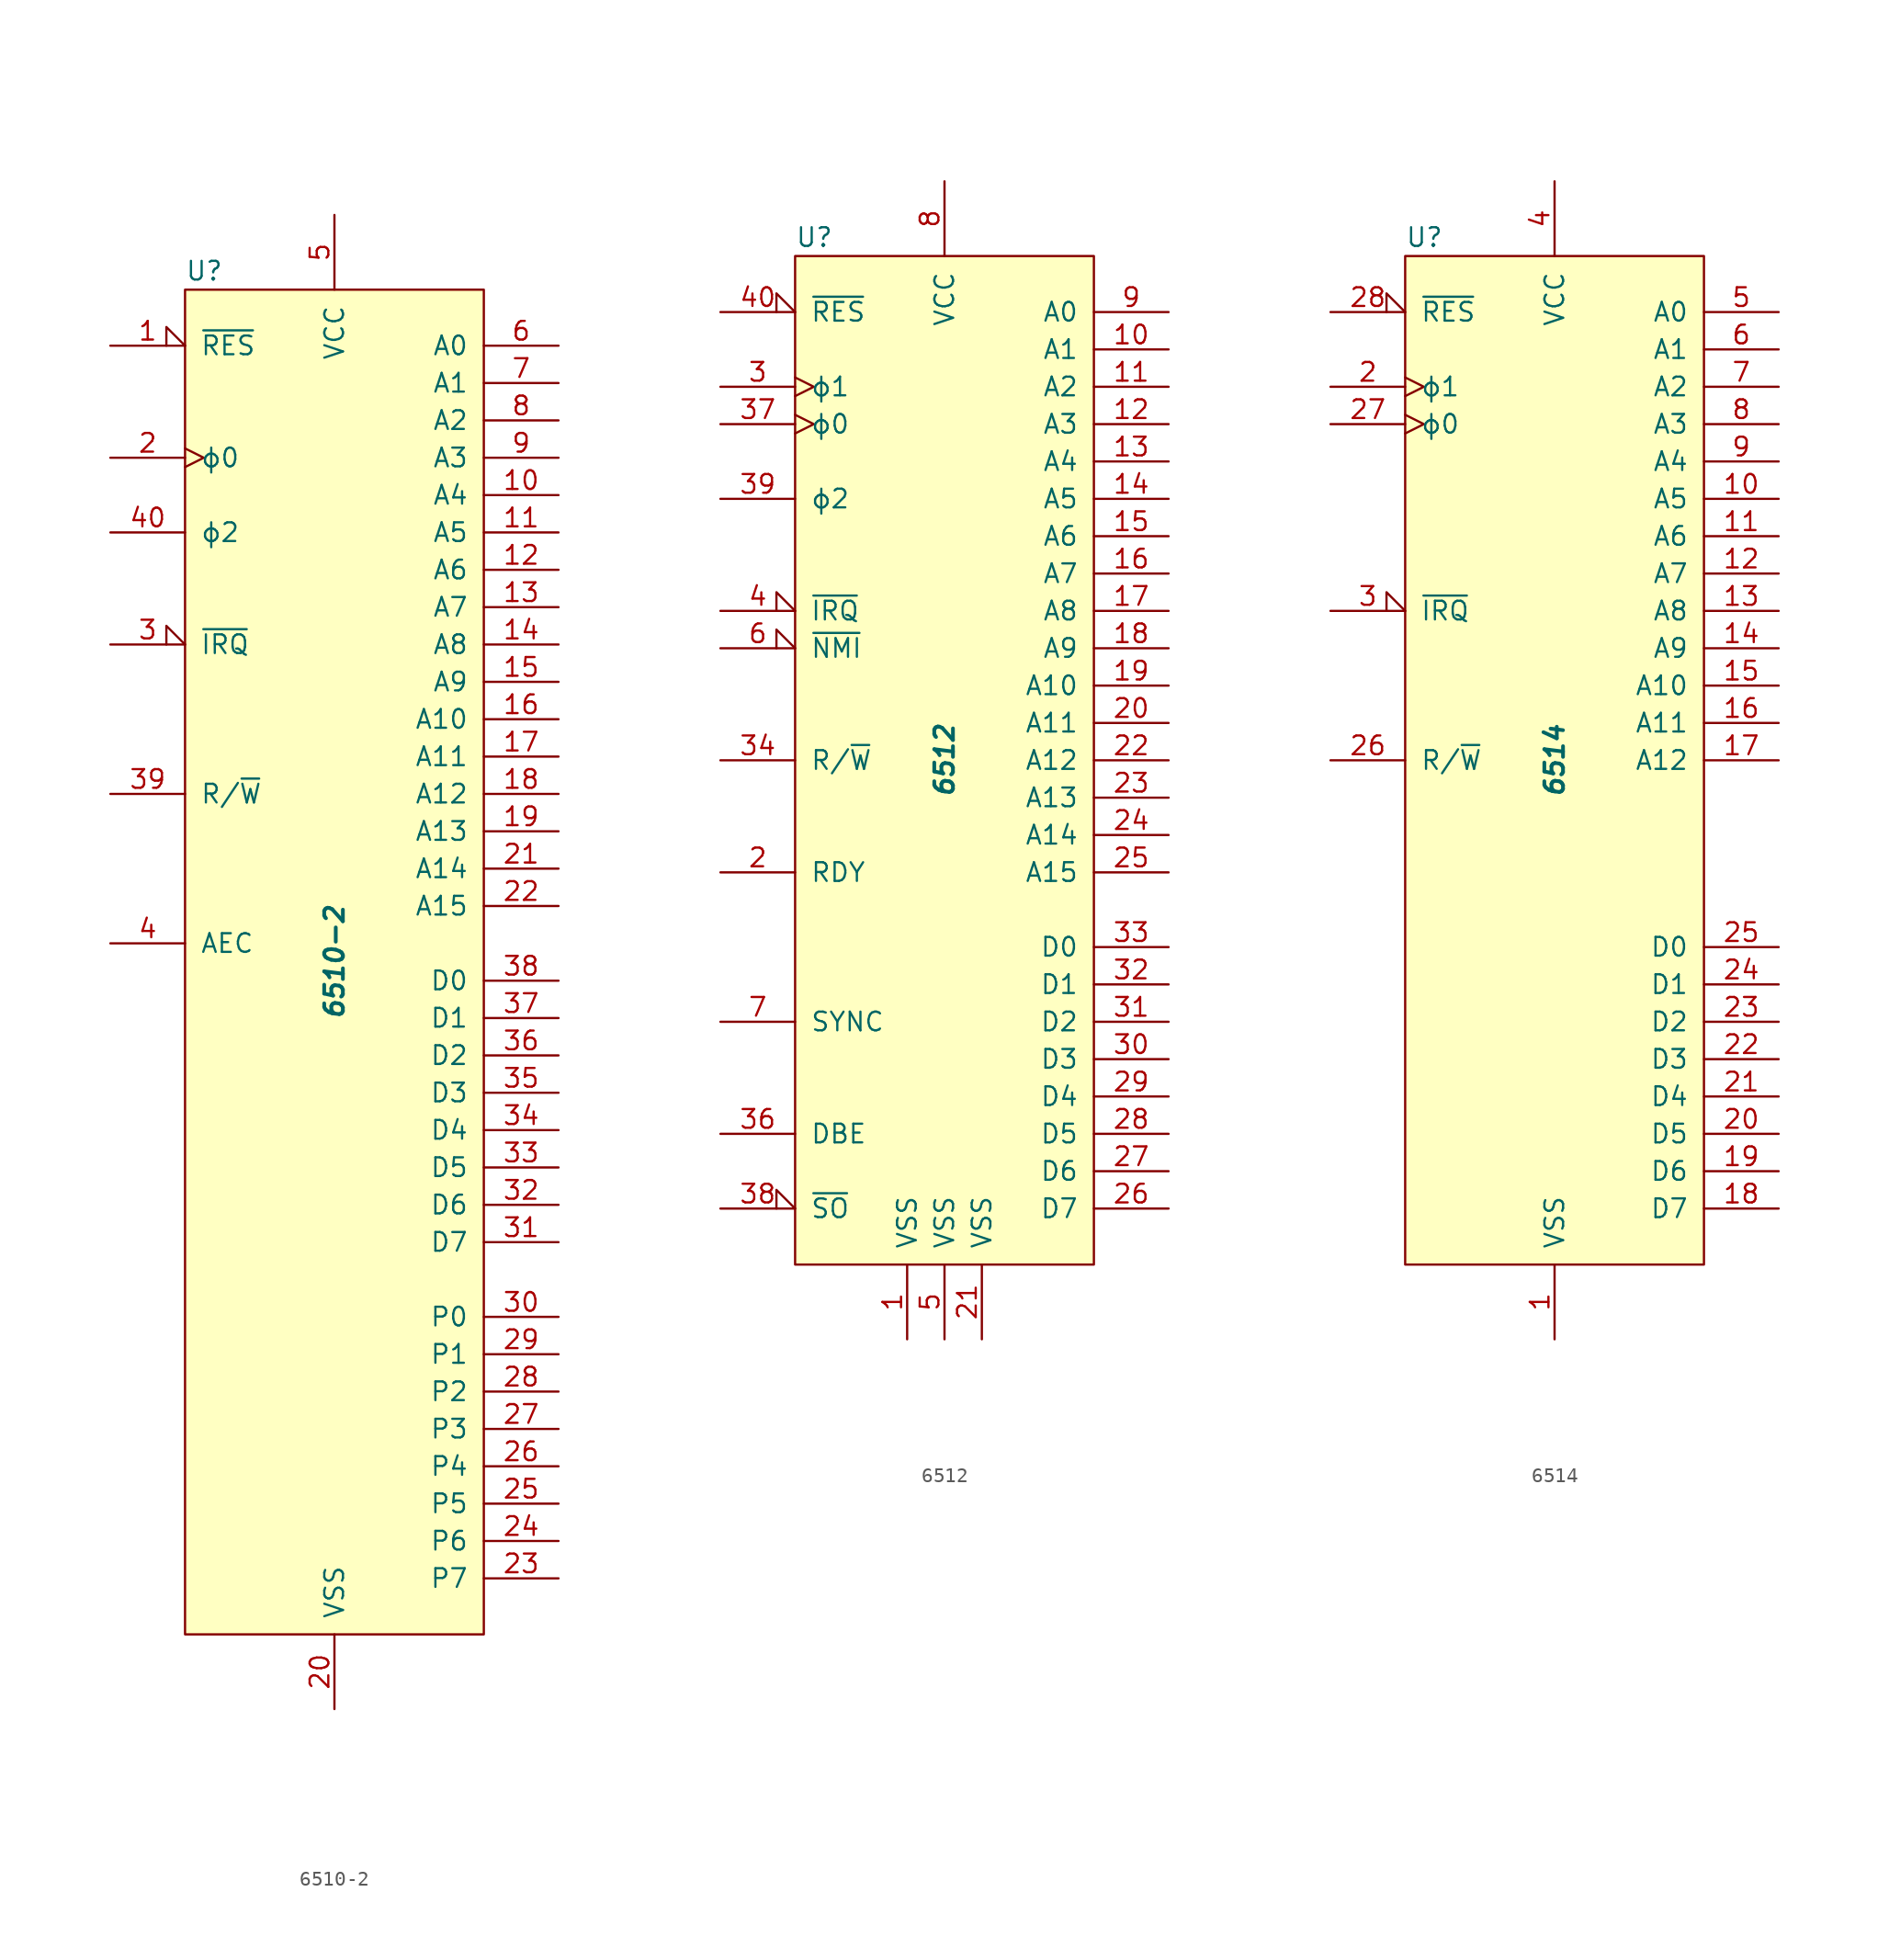
<source format=kicad_sym>
(kicad_symbol_lib
  (version 20241209)
  (generator "kicad_symbol_editor")
  (generator_version "9.0")
  (symbol "6510-2"
    (pin_names
      (offset 1.016))
    (property "Reference" "U"
      (at -10.16 46.99 0)
      (effects (font (size 1.27 1.27)) (justify left)))
    (property "Value" "6510-2"
      (at 0 0 90)
      (effects (font (size 1.27 1.27) (bold yes) (italic yes))))
    (symbol "6510-2_0_1"
      (rectangle (start -10.16 45.72) (end 10.16 -45.72) (stroke (width 0) (type solid)) (fill (type background))))
    (symbol "6510-2_1_1"
      (pin input input_low (at -15.24 41.91 0) (length 5.08) (name "~{RES}" (effects (font (size 1.27 1.27)))) (number "1" (effects (font (size 1.27 1.27)))))
      (pin input clock (at -15.24 34.29 0) (length 5.08) (name "ϕ0" (effects (font (size 1.27 1.27)))) (number "2" (effects (font (size 1.27 1.27)))))
      (pin output line (at -15.24 29.21 0) (length 5.08) (name "ϕ2" (effects (font (size 1.27 1.27)))) (number "40" (effects (font (size 1.27 1.27)))))
      (pin input input_low (at -15.24 21.59 0) (length 5.08) (name "~{IRQ}" (effects (font (size 1.27 1.27)))) (number "3" (effects (font (size 1.27 1.27)))))
      (pin tri_state line (at -15.24 11.43 0) (length 5.08) (name "R/~{W}" (effects (font (size 1.27 1.27)))) (number "39" (effects (font (size 1.27 1.27)))))
      (pin input line (at -15.24 1.27 0) (length 5.08) (name "AEC" (effects (font (size 1.27 1.27)))) (number "4" (effects (font (size 1.27 1.27)))))
      (pin power_in line (at 0 50.8 270) (length 5.08) (name "VCC" (effects (font (size 1.27 1.27)))) (number "5" (effects (font (size 1.27 1.27)))))
      (pin power_in line (at 0 -50.8 90) (length 5.08) (name "VSS" (effects (font (size 1.27 1.27)))) (number "20" (effects (font (size 1.27 1.27)))))
      (pin tri_state line (at 15.24 41.91 180) (length 5.08) (name "A0" (effects (font (size 1.27 1.27)))) (number "6" (effects (font (size 1.27 1.27)))))
      (pin tri_state line (at 15.24 39.37 180) (length 5.08) (name "A1" (effects (font (size 1.27 1.27)))) (number "7" (effects (font (size 1.27 1.27)))))
      (pin tri_state line (at 15.24 36.83 180) (length 5.08) (name "A2" (effects (font (size 1.27 1.27)))) (number "8" (effects (font (size 1.27 1.27)))))
      (pin tri_state line (at 15.24 34.29 180) (length 5.08) (name "A3" (effects (font (size 1.27 1.27)))) (number "9" (effects (font (size 1.27 1.27)))))
      (pin tri_state line (at 15.24 31.75 180) (length 5.08) (name "A4" (effects (font (size 1.27 1.27)))) (number "10" (effects (font (size 1.27 1.27)))))
      (pin tri_state line (at 15.24 29.21 180) (length 5.08) (name "A5" (effects (font (size 1.27 1.27)))) (number "11" (effects (font (size 1.27 1.27)))))
      (pin tri_state line (at 15.24 26.67 180) (length 5.08) (name "A6" (effects (font (size 1.27 1.27)))) (number "12" (effects (font (size 1.27 1.27)))))
      (pin tri_state line (at 15.24 24.13 180) (length 5.08) (name "A7" (effects (font (size 1.27 1.27)))) (number "13" (effects (font (size 1.27 1.27)))))
      (pin tri_state line (at 15.24 21.59 180) (length 5.08) (name "A8" (effects (font (size 1.27 1.27)))) (number "14" (effects (font (size 1.27 1.27)))))
      (pin tri_state line (at 15.24 19.05 180) (length 5.08) (name "A9" (effects (font (size 1.27 1.27)))) (number "15" (effects (font (size 1.27 1.27)))))
      (pin tri_state line (at 15.24 16.51 180) (length 5.08) (name "A10" (effects (font (size 1.27 1.27)))) (number "16" (effects (font (size 1.27 1.27)))))
      (pin tri_state line (at 15.24 13.97 180) (length 5.08) (name "A11" (effects (font (size 1.27 1.27)))) (number "17" (effects (font (size 1.27 1.27)))))
      (pin tri_state line (at 15.24 11.43 180) (length 5.08) (name "A12" (effects (font (size 1.27 1.27)))) (number "18" (effects (font (size 1.27 1.27)))))
      (pin tri_state line (at 15.24 8.89 180) (length 5.08) (name "A13" (effects (font (size 1.27 1.27)))) (number "19" (effects (font (size 1.27 1.27)))))
      (pin tri_state line (at 15.24 6.35 180) (length 5.08) (name "A14" (effects (font (size 1.27 1.27)))) (number "21" (effects (font (size 1.27 1.27)))))
      (pin tri_state line (at 15.24 3.81 180) (length 5.08) (name "A15" (effects (font (size 1.27 1.27)))) (number "22" (effects (font (size 1.27 1.27)))))
      (pin bidirectional line (at 15.24 -1.27 180) (length 5.08) (name "D0" (effects (font (size 1.27 1.27)))) (number "38" (effects (font (size 1.27 1.27)))))
      (pin bidirectional line (at 15.24 -3.81 180) (length 5.08) (name "D1" (effects (font (size 1.27 1.27)))) (number "37" (effects (font (size 1.27 1.27)))))
      (pin bidirectional line (at 15.24 -6.35 180) (length 5.08) (name "D2" (effects (font (size 1.27 1.27)))) (number "36" (effects (font (size 1.27 1.27)))))
      (pin bidirectional line (at 15.24 -8.89 180) (length 5.08) (name "D3" (effects (font (size 1.27 1.27)))) (number "35" (effects (font (size 1.27 1.27)))))
      (pin bidirectional line (at 15.24 -11.43 180) (length 5.08) (name "D4" (effects (font (size 1.27 1.27)))) (number "34" (effects (font (size 1.27 1.27)))))
      (pin bidirectional line (at 15.24 -13.97 180) (length 5.08) (name "D5" (effects (font (size 1.27 1.27)))) (number "33" (effects (font (size 1.27 1.27)))))
      (pin bidirectional line (at 15.24 -16.51 180) (length 5.08) (name "D6" (effects (font (size 1.27 1.27)))) (number "32" (effects (font (size 1.27 1.27)))))
      (pin bidirectional line (at 15.24 -19.05 180) (length 5.08) (name "D7" (effects (font (size 1.27 1.27)))) (number "31" (effects (font (size 1.27 1.27)))))
      (pin bidirectional line (at 15.24 -24.13 180) (length 5.08) (name "P0" (effects (font (size 1.27 1.27)))) (number "30" (effects (font (size 1.27 1.27)))))
      (pin bidirectional line (at 15.24 -26.67 180) (length 5.08) (name "P1" (effects (font (size 1.27 1.27)))) (number "29" (effects (font (size 1.27 1.27)))))
      (pin bidirectional line (at 15.24 -29.21 180) (length 5.08) (name "P2" (effects (font (size 1.27 1.27)))) (number "28" (effects (font (size 1.27 1.27)))))
      (pin bidirectional line (at 15.24 -31.75 180) (length 5.08) (name "P3" (effects (font (size 1.27 1.27)))) (number "27" (effects (font (size 1.27 1.27)))))
      (pin bidirectional line (at 15.24 -34.29 180) (length 5.08) (name "P4" (effects (font (size 1.27 1.27)))) (number "26" (effects (font (size 1.27 1.27)))))
      (pin bidirectional line (at 15.24 -36.83 180) (length 5.08) (name "P5" (effects (font (size 1.27 1.27)))) (number "25" (effects (font (size 1.27 1.27)))))
      (pin bidirectional line (at 15.24 -39.37 180) (length 5.08) (name "P6" (effects (font (size 1.27 1.27)))) (number "24" (effects (font (size 1.27 1.27)))))
      (pin bidirectional line (at 15.24 -41.91 180) (length 5.08) (name "P7" (effects (font (size 1.27 1.27)))) (number "23" (effects (font (size 1.27 1.27)))))))
  (symbol "6512"
    (pin_names
      (offset 1.016))
    (property "Reference" "U"
      (at -10.16 35.56 0)
      (effects (font (size 1.27 1.27)) (justify left)))
    (property "Value" "6512"
      (at 0 0 90)
      (effects (font (size 1.27 1.27) (bold yes) (italic yes))))
    (symbol "6512_0_1"
      (rectangle (start -10.16 34.29) (end 10.16 -34.29) (stroke (width 0) (type solid)) (fill (type background))))
    (symbol "6512_1_1"
      (pin input input_low (at -15.24 30.48 0) (length 5.08) (name "~{RES}" (effects (font (size 1.27 1.27)))) (number "40" (effects (font (size 1.27 1.27)))))
      (pin input clock (at -15.24 25.4 0) (length 5.08) (name "ϕ1" (effects (font (size 1.27 1.27)))) (number "3" (effects (font (size 1.27 1.27)))))
      (pin input clock (at -15.24 22.86 0) (length 5.08) (name "ϕ0" (effects (font (size 1.27 1.27)))) (number "37" (effects (font (size 1.27 1.27)))))
      (pin output line (at -15.24 17.78 0) (length 5.08) (name "ϕ2" (effects (font (size 1.27 1.27)))) (number "39" (effects (font (size 1.27 1.27)))))
      (pin input input_low (at -15.24 10.16 0) (length 5.08) (name "~{IRQ}" (effects (font (size 1.27 1.27)))) (number "4" (effects (font (size 1.27 1.27)))))
      (pin input input_low (at -15.24 7.62 0) (length 5.08) (name "~{NMI}" (effects (font (size 1.27 1.27)))) (number "6" (effects (font (size 1.27 1.27)))))
      (pin output line (at -15.24 0 0) (length 5.08) (name "R/~{W}" (effects (font (size 1.27 1.27)))) (number "34" (effects (font (size 1.27 1.27)))))
      (pin input line (at -15.24 -7.62 0) (length 5.08) (name "RDY" (effects (font (size 1.27 1.27)))) (number "2" (effects (font (size 1.27 1.27)))))
      (pin output line (at -15.24 -17.78 0) (length 5.08) (name "SYNC" (effects (font (size 1.27 1.27)))) (number "7" (effects (font (size 1.27 1.27)))))
      (pin input line (at -15.24 -25.4 0) (length 5.08) (name "DBE" (effects (font (size 1.27 1.27)))) (number "36" (effects (font (size 1.27 1.27)))))
      (pin input input_low (at -15.24 -30.48 0) (length 5.08) (name "~{SO}" (effects (font (size 1.27 1.27)))) (number "38" (effects (font (size 1.27 1.27)))))
      (pin no_connect non_logic (at -10.16 -27.94 0) (length 2.54) (hide yes) (name "nc" (effects (font (size 1.27 1.27)))) (number "35" (effects (font (size 1.27 1.27)))))
      (pin power_in line (at -2.54 -39.37 90) (length 5.08) (name "VSS" (effects (font (size 1.27 1.27)))) (number "1" (effects (font (size 1.27 1.27)))))
      (pin power_in line (at 0 39.37 270) (length 5.08) (name "VCC" (effects (font (size 1.27 1.27)))) (number "8" (effects (font (size 1.27 1.27)))))
      (pin power_in line (at 0 -39.37 90) (length 5.08) (name "VSS" (effects (font (size 1.27 1.27)))) (number "5" (effects (font (size 1.27 1.27)))))
      (pin power_in line (at 2.54 -39.37 90) (length 5.08) (name "VSS" (effects (font (size 1.27 1.27)))) (number "21" (effects (font (size 1.27 1.27)))))
      (pin output line (at 15.24 30.48 180) (length 5.08) (name "A0" (effects (font (size 1.27 1.27)))) (number "9" (effects (font (size 1.27 1.27)))))
      (pin output line (at 15.24 27.94 180) (length 5.08) (name "A1" (effects (font (size 1.27 1.27)))) (number "10" (effects (font (size 1.27 1.27)))))
      (pin output line (at 15.24 25.4 180) (length 5.08) (name "A2" (effects (font (size 1.27 1.27)))) (number "11" (effects (font (size 1.27 1.27)))))
      (pin output line (at 15.24 22.86 180) (length 5.08) (name "A3" (effects (font (size 1.27 1.27)))) (number "12" (effects (font (size 1.27 1.27)))))
      (pin output line (at 15.24 20.32 180) (length 5.08) (name "A4" (effects (font (size 1.27 1.27)))) (number "13" (effects (font (size 1.27 1.27)))))
      (pin output line (at 15.24 17.78 180) (length 5.08) (name "A5" (effects (font (size 1.27 1.27)))) (number "14" (effects (font (size 1.27 1.27)))))
      (pin output line (at 15.24 15.24 180) (length 5.08) (name "A6" (effects (font (size 1.27 1.27)))) (number "15" (effects (font (size 1.27 1.27)))))
      (pin output line (at 15.24 12.7 180) (length 5.08) (name "A7" (effects (font (size 1.27 1.27)))) (number "16" (effects (font (size 1.27 1.27)))))
      (pin output line (at 15.24 10.16 180) (length 5.08) (name "A8" (effects (font (size 1.27 1.27)))) (number "17" (effects (font (size 1.27 1.27)))))
      (pin output line (at 15.24 7.62 180) (length 5.08) (name "A9" (effects (font (size 1.27 1.27)))) (number "18" (effects (font (size 1.27 1.27)))))
      (pin output line (at 15.24 5.08 180) (length 5.08) (name "A10" (effects (font (size 1.27 1.27)))) (number "19" (effects (font (size 1.27 1.27)))))
      (pin output line (at 15.24 2.54 180) (length 5.08) (name "A11" (effects (font (size 1.27 1.27)))) (number "20" (effects (font (size 1.27 1.27)))))
      (pin output line (at 15.24 0 180) (length 5.08) (name "A12" (effects (font (size 1.27 1.27)))) (number "22" (effects (font (size 1.27 1.27)))))
      (pin output line (at 15.24 -2.54 180) (length 5.08) (name "A13" (effects (font (size 1.27 1.27)))) (number "23" (effects (font (size 1.27 1.27)))))
      (pin output line (at 15.24 -5.08 180) (length 5.08) (name "A14" (effects (font (size 1.27 1.27)))) (number "24" (effects (font (size 1.27 1.27)))))
      (pin output line (at 15.24 -7.62 180) (length 5.08) (name "A15" (effects (font (size 1.27 1.27)))) (number "25" (effects (font (size 1.27 1.27)))))
      (pin bidirectional line (at 15.24 -12.7 180) (length 5.08) (name "D0" (effects (font (size 1.27 1.27)))) (number "33" (effects (font (size 1.27 1.27)))))
      (pin bidirectional line (at 15.24 -15.24 180) (length 5.08) (name "D1" (effects (font (size 1.27 1.27)))) (number "32" (effects (font (size 1.27 1.27)))))
      (pin bidirectional line (at 15.24 -17.78 180) (length 5.08) (name "D2" (effects (font (size 1.27 1.27)))) (number "31" (effects (font (size 1.27 1.27)))))
      (pin bidirectional line (at 15.24 -20.32 180) (length 5.08) (name "D3" (effects (font (size 1.27 1.27)))) (number "30" (effects (font (size 1.27 1.27)))))
      (pin bidirectional line (at 15.24 -22.86 180) (length 5.08) (name "D4" (effects (font (size 1.27 1.27)))) (number "29" (effects (font (size 1.27 1.27)))))
      (pin bidirectional line (at 15.24 -25.4 180) (length 5.08) (name "D5" (effects (font (size 1.27 1.27)))) (number "28" (effects (font (size 1.27 1.27)))))
      (pin bidirectional line (at 15.24 -27.94 180) (length 5.08) (name "D6" (effects (font (size 1.27 1.27)))) (number "27" (effects (font (size 1.27 1.27)))))
      (pin bidirectional line (at 15.24 -30.48 180) (length 5.08) (name "D7" (effects (font (size 1.27 1.27)))) (number "26" (effects (font (size 1.27 1.27)))))))
  (symbol "6514"
    (pin_names
      (offset 1.016))
    (property "Reference" "U"
      (at -10.16 35.56 0)
      (effects (font (size 1.27 1.27)) (justify left)))
    (property "Value" "6514"
      (at 0 0 90)
      (effects (font (size 1.27 1.27) (bold yes) (italic yes))))
    (symbol "6514_0_1"
      (rectangle (start -10.16 34.29) (end 10.16 -34.29) (stroke (width 0) (type solid)) (fill (type background))))
    (symbol "6514_1_1"
      (pin input input_low (at -15.24 30.48 0) (length 5.08) (name "~{RES}" (effects (font (size 1.27 1.27)))) (number "28" (effects (font (size 1.27 1.27)))))
      (pin input clock (at -15.24 25.4 0) (length 5.08) (name "ϕ1" (effects (font (size 1.27 1.27)))) (number "2" (effects (font (size 1.27 1.27)))))
      (pin input clock (at -15.24 22.86 0) (length 5.08) (name "ϕ0" (effects (font (size 1.27 1.27)))) (number "27" (effects (font (size 1.27 1.27)))))
      (pin input input_low (at -15.24 10.16 0) (length 5.08) (name "~{IRQ}" (effects (font (size 1.27 1.27)))) (number "3" (effects (font (size 1.27 1.27)))))
      (pin output line (at -15.24 0 0) (length 5.08) (name "R/~{W}" (effects (font (size 1.27 1.27)))) (number "26" (effects (font (size 1.27 1.27)))))
      (pin power_in line (at 0 39.37 270) (length 5.08) (name "VCC" (effects (font (size 1.27 1.27)))) (number "4" (effects (font (size 1.27 1.27)))))
      (pin power_in line (at 0 -39.37 90) (length 5.08) (name "VSS" (effects (font (size 1.27 1.27)))) (number "1" (effects (font (size 1.27 1.27)))))
      (pin output line (at 15.24 30.48 180) (length 5.08) (name "A0" (effects (font (size 1.27 1.27)))) (number "5" (effects (font (size 1.27 1.27)))))
      (pin output line (at 15.24 27.94 180) (length 5.08) (name "A1" (effects (font (size 1.27 1.27)))) (number "6" (effects (font (size 1.27 1.27)))))
      (pin output line (at 15.24 25.4 180) (length 5.08) (name "A2" (effects (font (size 1.27 1.27)))) (number "7" (effects (font (size 1.27 1.27)))))
      (pin output line (at 15.24 22.86 180) (length 5.08) (name "A3" (effects (font (size 1.27 1.27)))) (number "8" (effects (font (size 1.27 1.27)))))
      (pin output line (at 15.24 20.32 180) (length 5.08) (name "A4" (effects (font (size 1.27 1.27)))) (number "9" (effects (font (size 1.27 1.27)))))
      (pin output line (at 15.24 17.78 180) (length 5.08) (name "A5" (effects (font (size 1.27 1.27)))) (number "10" (effects (font (size 1.27 1.27)))))
      (pin output line (at 15.24 15.24 180) (length 5.08) (name "A6" (effects (font (size 1.27 1.27)))) (number "11" (effects (font (size 1.27 1.27)))))
      (pin output line (at 15.24 12.7 180) (length 5.08) (name "A7" (effects (font (size 1.27 1.27)))) (number "12" (effects (font (size 1.27 1.27)))))
      (pin output line (at 15.24 10.16 180) (length 5.08) (name "A8" (effects (font (size 1.27 1.27)))) (number "13" (effects (font (size 1.27 1.27)))))
      (pin output line (at 15.24 7.62 180) (length 5.08) (name "A9" (effects (font (size 1.27 1.27)))) (number "14" (effects (font (size 1.27 1.27)))))
      (pin output line (at 15.24 5.08 180) (length 5.08) (name "A10" (effects (font (size 1.27 1.27)))) (number "15" (effects (font (size 1.27 1.27)))))
      (pin output line (at 15.24 2.54 180) (length 5.08) (name "A11" (effects (font (size 1.27 1.27)))) (number "16" (effects (font (size 1.27 1.27)))))
      (pin output line (at 15.24 0 180) (length 5.08) (name "A12" (effects (font (size 1.27 1.27)))) (number "17" (effects (font (size 1.27 1.27)))))
      (pin bidirectional line (at 15.24 -12.7 180) (length 5.08) (name "D0" (effects (font (size 1.27 1.27)))) (number "25" (effects (font (size 1.27 1.27)))))
      (pin bidirectional line (at 15.24 -15.24 180) (length 5.08) (name "D1" (effects (font (size 1.27 1.27)))) (number "24" (effects (font (size 1.27 1.27)))))
      (pin bidirectional line (at 15.24 -17.78 180) (length 5.08) (name "D2" (effects (font (size 1.27 1.27)))) (number "23" (effects (font (size 1.27 1.27)))))
      (pin bidirectional line (at 15.24 -20.32 180) (length 5.08) (name "D3" (effects (font (size 1.27 1.27)))) (number "22" (effects (font (size 1.27 1.27)))))
      (pin bidirectional line (at 15.24 -22.86 180) (length 5.08) (name "D4" (effects (font (size 1.27 1.27)))) (number "21" (effects (font (size 1.27 1.27)))))
      (pin bidirectional line (at 15.24 -25.4 180) (length 5.08) (name "D5" (effects (font (size 1.27 1.27)))) (number "20" (effects (font (size 1.27 1.27)))))
      (pin bidirectional line (at 15.24 -27.94 180) (length 5.08) (name "D6" (effects (font (size 1.27 1.27)))) (number "19" (effects (font (size 1.27 1.27)))))
      (pin bidirectional line (at 15.24 -30.48 180) (length 5.08) (name "D7" (effects (font (size 1.27 1.27)))) (number "18" (effects (font (size 1.27 1.27))))))))
</source>
